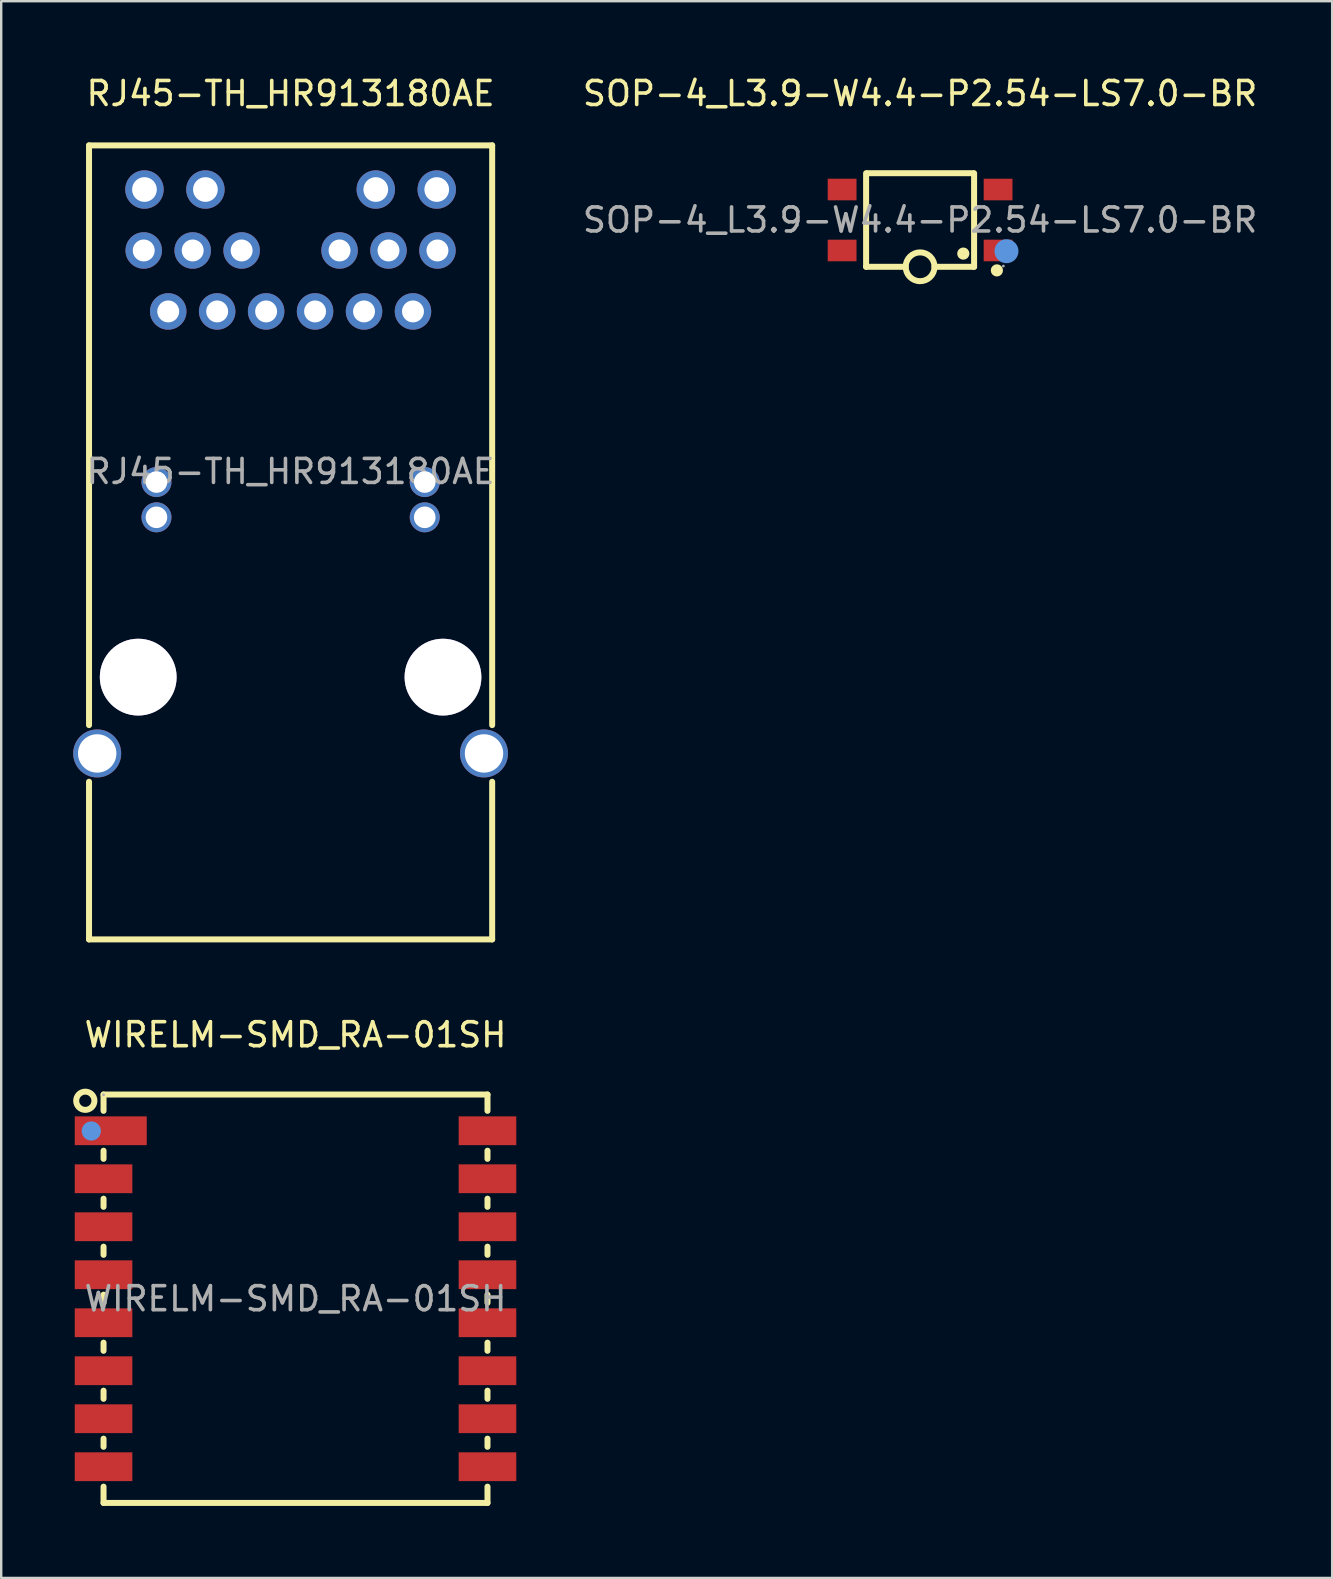
<source format=kicad_pcb>
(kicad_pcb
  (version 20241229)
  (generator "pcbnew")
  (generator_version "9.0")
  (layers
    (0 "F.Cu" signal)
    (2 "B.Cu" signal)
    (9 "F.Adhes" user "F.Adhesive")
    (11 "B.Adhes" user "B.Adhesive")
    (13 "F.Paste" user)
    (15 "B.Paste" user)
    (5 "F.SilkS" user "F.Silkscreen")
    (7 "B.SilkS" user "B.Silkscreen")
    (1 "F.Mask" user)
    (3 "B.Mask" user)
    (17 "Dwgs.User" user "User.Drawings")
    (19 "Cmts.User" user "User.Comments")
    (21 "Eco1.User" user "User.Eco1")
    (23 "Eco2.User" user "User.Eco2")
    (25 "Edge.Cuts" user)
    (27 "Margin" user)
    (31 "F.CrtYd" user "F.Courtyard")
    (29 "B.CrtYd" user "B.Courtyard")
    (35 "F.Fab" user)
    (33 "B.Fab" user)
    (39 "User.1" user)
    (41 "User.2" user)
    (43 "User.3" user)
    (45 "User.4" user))
  (footprint "RJ45-TH_HR913180AE"
    (layer "F.Cu")
    (at 9.06 16.598)
    (property "Reference" "RJ45-TH_HR913180AE" (at 0 -15.75 0) (layer "F.SilkS") (effects (font (size 1 1) (thickness 0.15))))
    (attr through_hole)
    (fp_line (start -8.4 10.57) (end -8.4 -13.59) (stroke (width 0.25) (type solid)) (layer "F.SilkS"))
    (fp_line (start -8.4 19.5) (end -8.4 12.93) (stroke (width 0.25) (type solid)) (layer "F.SilkS"))
    (fp_line (start 8.4 -13.59) (end -8.4 -13.59) (stroke (width 0.25) (type solid)) (layer "F.SilkS"))
    (fp_line (start 8.4 10.57) (end 8.4 -13.59) (stroke (width 0.25) (type solid)) (layer "F.SilkS"))
    (fp_line (start 8.4 19.5) (end -8.4 19.5) (stroke (width 0.25) (type solid)) (layer "F.SilkS"))
    (fp_line (start 8.4 19.5) (end 8.4 12.93) (stroke (width 0.25) (type solid)) (layer "F.SilkS"))
    (fp_text user "${REFERENCE}" (at 0 0 0) (layer "F.Fab") (effects (font (size 1 1) (thickness 0.15))))
    (pad "" thru_hole circle (at -6.35 8.57) (size 3.2 3.2) (drill 3.2) (layers "*.Cu" "*.Mask"))
    (pad "" thru_hole circle (at 6.35 8.57) (size 3.2 3.2) (drill 3.2) (layers "*.Cu" "*.Mask"))
    (pad "1" thru_hole circle (at 5.1 -6.67) (size 1.52 1.52) (drill 0.914) (layers "*.Cu" "*.Mask"))
    (pad "2" thru_hole circle (at 3.06 -6.67) (size 1.52 1.52) (drill 0.914) (layers "*.Cu" "*.Mask"))
    (pad "3" thru_hole circle (at 1.02 -6.67) (size 1.52 1.52) (drill 0.914) (layers "*.Cu" "*.Mask"))
    (pad "4" thru_hole circle (at -1.02 -6.67) (size 1.52 1.52) (drill 0.914) (layers "*.Cu" "*.Mask"))
    (pad "5" thru_hole circle (at -3.06 -6.67) (size 1.52 1.52) (drill 0.914) (layers "*.Cu" "*.Mask"))
    (pad "6" thru_hole circle (at -5.1 -6.67) (size 1.52 1.52) (drill 0.914) (layers "*.Cu" "*.Mask"))
    (pad "7" thru_hole circle (at 6.12 -9.21) (size 1.52 1.52) (drill 0.914) (layers "*.Cu" "*.Mask"))
    (pad "8" thru_hole circle (at 4.08 -9.21) (size 1.52 1.52) (drill 0.914) (layers "*.Cu" "*.Mask"))
    (pad "9" thru_hole circle (at 2.04 -9.21) (size 1.52 1.52) (drill 0.914) (layers "*.Cu" "*.Mask"))
    (pad "10" thru_hole circle (at -2.04 -9.21) (size 1.52 1.52) (drill 0.914) (layers "*.Cu" "*.Mask"))
    (pad "11" thru_hole circle (at -4.08 -9.21) (size 1.52 1.52) (drill 0.914) (layers "*.Cu" "*.Mask"))
    (pad "12" thru_hole circle (at -6.12 -9.21) (size 1.52 1.52) (drill 0.914) (layers "*.Cu" "*.Mask"))
    (pad "13" thru_hole circle (at 5.59 0.44) (size 1.25 1.25) (drill 0.9) (layers "*.Cu" "*.Mask"))
    (pad "14" thru_hole circle (at -5.59 0.44) (size 1.25 1.25) (drill 0.9) (layers "*.Cu" "*.Mask"))
    (pad "15" thru_hole circle (at 5.59 1.91) (size 1.25 1.25) (drill 0.9) (layers "*.Cu" "*.Mask"))
    (pad "16" thru_hole circle (at -5.59 1.91) (size 1.25 1.25) (drill 0.9) (layers "*.Cu" "*.Mask"))
    (pad "17" thru_hole circle (at 6.09 -11.75) (size 1.6 1.6) (drill 1.03) (layers "*.Cu" "*.Mask"))
    (pad "18" thru_hole circle (at 3.55 -11.75) (size 1.6 1.6) (drill 1.03) (layers "*.Cu" "*.Mask"))
    (pad "19" thru_hole circle (at -3.55 -11.75) (size 1.6 1.6) (drill 1.03) (layers "*.Cu" "*.Mask"))
    (pad "20" thru_hole circle (at -6.09 -11.75) (size 1.6 1.6) (drill 1.03) (layers "*.Cu" "*.Mask"))
    (pad "21" thru_hole circle (at 8.06 11.75) (size 2 2) (drill 1.6) (layers "*.Cu" "*.Mask"))
    (pad "22" thru_hole circle (at -8.06 11.75) (size 2 2) (drill 1.6) (layers "*.Cu" "*.Mask")))
  (footprint "WIRELM-SMD_RA-01SH"
    (layer "F.Cu")
    (at 9.265 51.072)
    (property "Reference" "WIRELM-SMD_RA-01SH" (at 0 -11 0) (layer "F.SilkS") (effects (font (size 1 1) (thickness 0.15))))
    (attr smd)
    (fp_line (start -8 -8.51) (end -8 -7.83) (stroke (width 0.25) (type solid)) (layer "F.SilkS"))
    (fp_line (start -8 -8.51) (end 8 -8.51) (stroke (width 0.25) (type solid)) (layer "F.SilkS"))
    (fp_line (start -8 -6.17) (end -8 -5.83) (stroke (width 0.25) (type solid)) (layer "F.SilkS"))
    (fp_line (start -8 -4.17) (end -8 -3.83) (stroke (width 0.25) (type solid)) (layer "F.SilkS"))
    (fp_line (start -8 -2.17) (end -8 -1.83) (stroke (width 0.25) (type solid)) (layer "F.SilkS"))
    (fp_line (start -8 -0.17) (end -8 0.17) (stroke (width 0.25) (type solid)) (layer "F.SilkS"))
    (fp_line (start -8 1.83) (end -8 2.17) (stroke (width 0.25) (type solid)) (layer "F.SilkS"))
    (fp_line (start -8 3.83) (end -8 4.17) (stroke (width 0.25) (type solid)) (layer "F.SilkS"))
    (fp_line (start -8 5.83) (end -8 6.17) (stroke (width 0.25) (type solid)) (layer "F.SilkS"))
    (fp_line (start -8 7.83) (end -8 8.51) (stroke (width 0.25) (type solid)) (layer "F.SilkS"))
    (fp_line (start 8 -7.83) (end 8 -8.51) (stroke (width 0.25) (type solid)) (layer "F.SilkS"))
    (fp_line (start 8 -5.83) (end 8 -6.17) (stroke (width 0.25) (type solid)) (layer "F.SilkS"))
    (fp_line (start 8 -3.83) (end 8 -4.17) (stroke (width 0.25) (type solid)) (layer "F.SilkS"))
    (fp_line (start 8 -1.83) (end 8 -2.17) (stroke (width 0.25) (type solid)) (layer "F.SilkS"))
    (fp_line (start 8 0.17) (end 8 -0.17) (stroke (width 0.25) (type solid)) (layer "F.SilkS"))
    (fp_line (start 8 2.17) (end 8 1.83) (stroke (width 0.25) (type solid)) (layer "F.SilkS"))
    (fp_line (start 8 4.17) (end 8 3.83) (stroke (width 0.25) (type solid)) (layer "F.SilkS"))
    (fp_line (start 8 6.17) (end 8 5.83) (stroke (width 0.25) (type solid)) (layer "F.SilkS"))
    (fp_line (start 8 8.51) (end -8 8.51) (stroke (width 0.25) (type solid)) (layer "F.SilkS"))
    (fp_line (start 8 8.51) (end 8 7.83) (stroke (width 0.25) (type solid)) (layer "F.SilkS"))
    (fp_circle (center -8.76 -8.25) (end -8.38 -8.25) (stroke (width 0.25) (type solid)) (fill no) (layer "F.SilkS"))
    (fp_circle (center -8.51 -6.99) (end -8.31 -6.99) (stroke (width 0.4) (type solid)) (fill no) (layer "Cmts.User"))
    (fp_circle (center -8 -8.5) (end -7.97 -8.5) (stroke (width 0.06) (type solid)) (fill no) (layer "F.Fab"))
    (fp_text user "${REFERENCE}" (at 0 0 0) (layer "F.Fab") (effects (font (size 1 1) (thickness 0.15))))
    (pad "1" smd rect (at -7.7 -7) (size 3 1.2) (layers "F.Cu" "F.Mask" "F.Paste"))
    (pad "2" smd rect (at -8 -5) (size 2.4 1.2) (layers "F.Cu" "F.Mask" "F.Paste"))
    (pad "3" smd rect (at -8 -3) (size 2.4 1.2) (layers "F.Cu" "F.Mask" "F.Paste"))
    (pad "4" smd rect (at -8 -1) (size 2.4 1.2) (layers "F.Cu" "F.Mask" "F.Paste"))
    (pad "5" smd rect (at -8 1) (size 2.4 1.2) (layers "F.Cu" "F.Mask" "F.Paste"))
    (pad "6" smd rect (at -8 3) (size 2.4 1.2) (layers "F.Cu" "F.Mask" "F.Paste"))
    (pad "7" smd rect (at -8 5) (size 2.4 1.2) (layers "F.Cu" "F.Mask" "F.Paste"))
    (pad "8" smd rect (at -8 7) (size 2.4 1.2) (layers "F.Cu" "F.Mask" "F.Paste"))
    (pad "9" smd rect (at 8 7) (size 2.4 1.2) (layers "F.Cu" "F.Mask" "F.Paste"))
    (pad "10" smd rect (at 8 5) (size 2.4 1.2) (layers "F.Cu" "F.Mask" "F.Paste"))
    (pad "11" smd rect (at 8 3) (size 2.4 1.2) (layers "F.Cu" "F.Mask" "F.Paste"))
    (pad "12" smd rect (at 8 1) (size 2.4 1.2) (layers "F.Cu" "F.Mask" "F.Paste"))
    (pad "13" smd rect (at 8 -1) (size 2.4 1.2) (layers "F.Cu" "F.Mask" "F.Paste"))
    (pad "14" smd rect (at 8 -3) (size 2.4 1.2) (layers "F.Cu" "F.Mask" "F.Paste"))
    (pad "15" smd rect (at 8 -5) (size 2.4 1.2) (layers "F.Cu" "F.Mask" "F.Paste"))
    (pad "16" smd rect (at 8 -7) (size 2.4 1.2) (layers "F.Cu" "F.Mask" "F.Paste")))
  (footprint "SOP-4_L3.9-W4.4-P2.54-LS7.0-BR"
    (layer "F.Cu")
    (at 35.293 6.118)
    (property "Reference" "SOP-4_L3.9-W4.4-P2.54-LS7.0-BR" (at 0 -5.27 0) (layer "F.SilkS") (effects (font (size 1 1) (thickness 0.15))))
    (attr smd)
    (fp_line (start -2.25 1.95) (end -2.25 -1.95) (stroke (width 0.25) (type solid)) (layer "F.SilkS"))
    (fp_line (start -2.25 1.95) (end -0.6 1.95) (stroke (width 0.25) (type solid)) (layer "F.SilkS"))
    (fp_line (start -2.2 -1.95) (end 2.2 -1.95) (stroke (width 0.25) (type solid)) (layer "F.SilkS"))
    (fp_line (start 2.25 -1.95) (end 2.25 1.95) (stroke (width 0.25) (type solid)) (layer "F.SilkS"))
    (fp_line (start 2.25 1.95) (end 0.6 1.95) (stroke (width 0.25) (type solid)) (layer "F.SilkS"))
    (fp_arc (start 0.599909 1.960471) (mid -0.599978 1.944764) (end 0.6 1.95) (stroke (width 0.25) (type solid)) (layer "F.SilkS"))
    (fp_circle (center 1.8 1.4) (end 1.93 1.4) (stroke (width 0.25) (type solid)) (fill no) (layer "F.SilkS"))
    (fp_circle (center 3.2 2.1) (end 3.33 2.1) (stroke (width 0.25) (type solid)) (fill no) (layer "F.SilkS"))
    (fp_circle (center 3.6 1.3) (end 3.85 1.3) (stroke (width 0.5) (type solid)) (fill no) (layer "Cmts.User"))
    (fp_circle (center 3.47 1.92) (end 3.5 1.92) (stroke (width 0.06) (type solid)) (fill no) (layer "F.Fab"))
    (fp_text user "${REFERENCE}" (at 0 0 0) (layer "F.Fab") (effects (font (size 1 1) (thickness 0.15))))
    (pad "1" smd rect (at 3.25 1.27 180) (size 1.2 0.9) (layers "F.Cu" "F.Mask" "F.Paste"))
    (pad "2" smd rect (at 3.25 -1.27 180) (size 1.2 0.9) (layers "F.Cu" "F.Mask" "F.Paste"))
    (pad "3" smd rect (at -3.25 -1.27 180) (size 1.2 0.9) (layers "F.Cu" "F.Mask" "F.Paste"))
    (pad "4" smd rect (at -3.25 1.27 180) (size 1.2 0.9) (layers "F.Cu" "F.Mask" "F.Paste")))
  (gr_rect
    (start -3 -3)
    (end 52.465 62.706)
    (stroke (width 0.1) (type default))
    (fill no)
    (layer "Edge.Cuts")))
</source>
